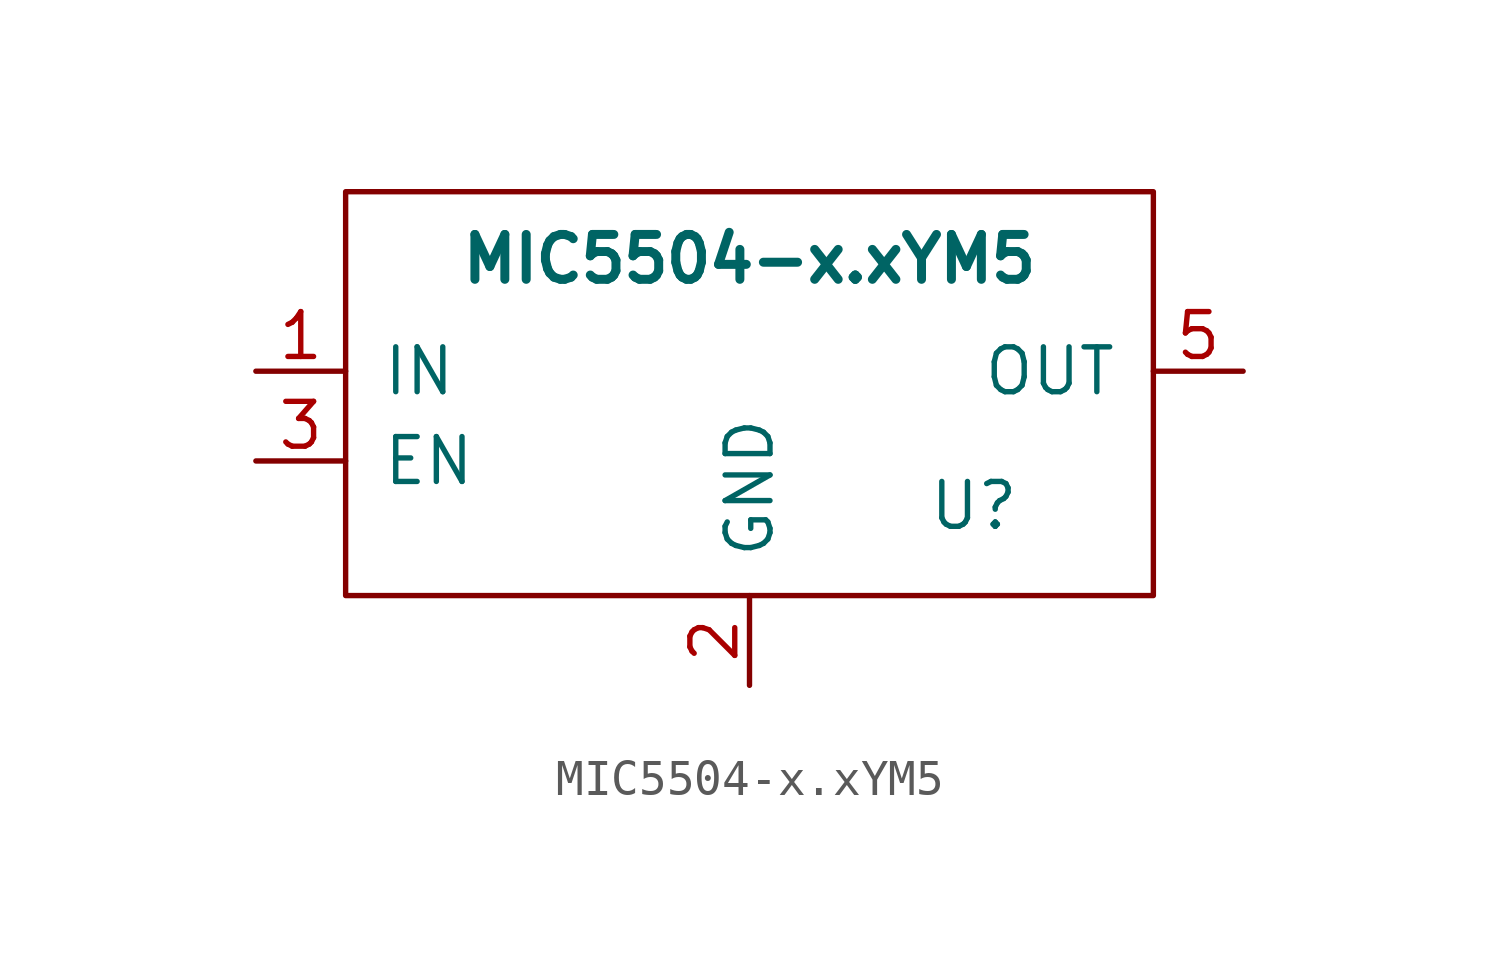
<source format=kicad_sym>
(kicad_symbol_lib
  (version 20231120)
  (generator "kicad_symbol_editor")
  (generator_version "8.0")
  (symbol "MIC5504-x.xYM5"
    (pin_names
      (offset 1.016))
    (property "Reference" "U"
      (at 6.35 -3.81 0)
      (effects (font (size 1.27 1.27))))
    (property "Value" "MIC5504-x.xYM5"
      (at 0 3.175 0)
      (effects (font (size 1.27 1.27) (bold yes))))
    (symbol "MIC5504-x.xYM5_0_1"
      (rectangle (start -11.43 5.08) (end 11.43 -6.35) (stroke (width 0) (type default)) (fill (type none))))
    (symbol "MIC5504-x.xYM5_1_1"
      (pin passive line (at -13.97 0 0) (length 2.54) (name "IN" (effects (font (size 1.27 1.27)))) (number "1" (effects (font (size 1.27 1.27)))))
      (pin passive line (at 0 -8.89 90) (length 2.54) (name "GND" (effects (font (size 1.27 1.27)))) (number "2" (effects (font (size 1.27 1.27)))))
      (pin passive line (at -13.97 -2.54 0) (length 2.54) (name "EN" (effects (font (size 1.27 1.27)))) (number "3" (effects (font (size 1.27 1.27)))))
      (pin passive line (at 13.97 0 180) (length 2.54) (name "OUT" (effects (font (size 1.27 1.27)))) (number "5" (effects (font (size 1.27 1.27))))))))
</source>
